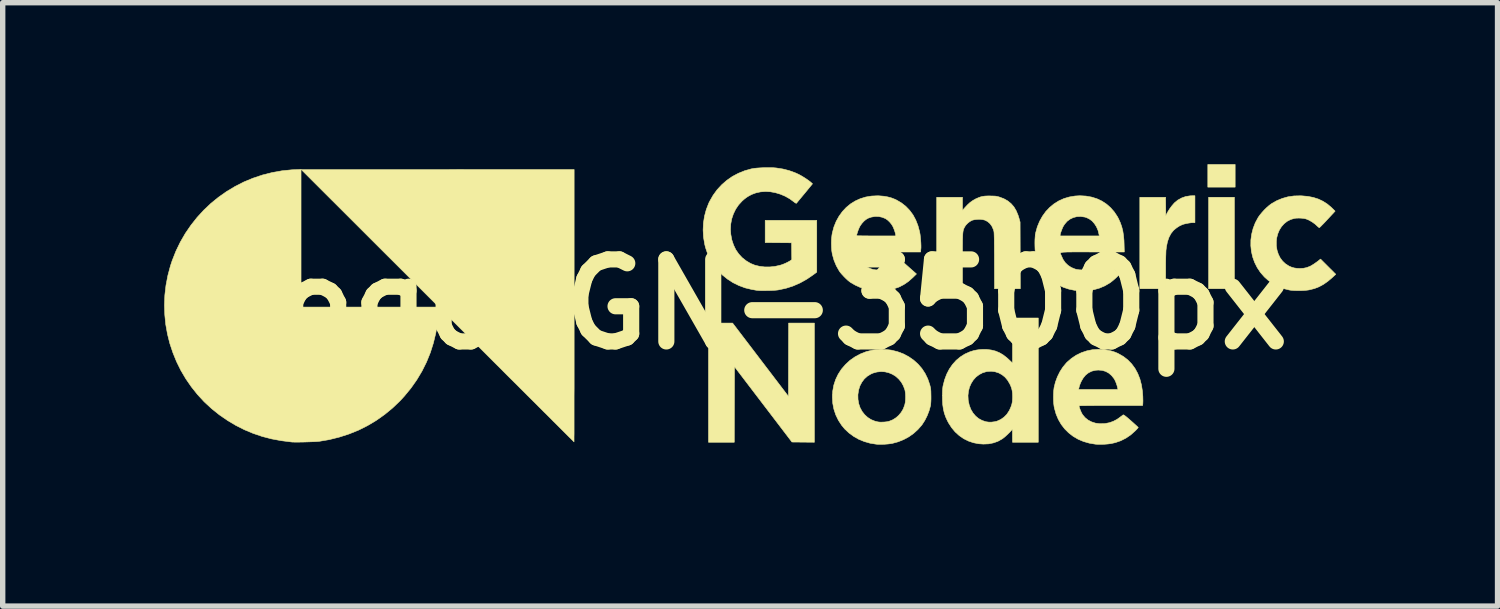
<source format=kicad_pcb>
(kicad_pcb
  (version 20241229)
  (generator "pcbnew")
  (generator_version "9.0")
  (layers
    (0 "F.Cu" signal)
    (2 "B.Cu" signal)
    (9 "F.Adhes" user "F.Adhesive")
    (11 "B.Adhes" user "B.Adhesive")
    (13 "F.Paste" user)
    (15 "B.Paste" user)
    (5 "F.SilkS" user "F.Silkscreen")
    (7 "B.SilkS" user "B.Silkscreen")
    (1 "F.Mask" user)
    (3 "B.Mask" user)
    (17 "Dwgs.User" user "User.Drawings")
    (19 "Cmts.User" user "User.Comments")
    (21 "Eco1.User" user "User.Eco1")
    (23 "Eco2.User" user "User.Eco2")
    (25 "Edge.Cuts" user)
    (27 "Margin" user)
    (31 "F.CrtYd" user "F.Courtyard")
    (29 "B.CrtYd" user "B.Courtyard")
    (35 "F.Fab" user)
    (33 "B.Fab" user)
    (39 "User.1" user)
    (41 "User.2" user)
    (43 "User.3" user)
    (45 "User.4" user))
  (footprint "Logo_GN-3500px"
    (layer "F.Cu")
    (at 10.888 2.603)
    (property "Reference" "Logo_GN-3500px" (at 0 0 0) (layer "F.SilkS") (effects (font (size 1.524 1.524) (thickness 0.3))))
    (attr through_hole)
    (fp_poly (pts (xy 8.992 -0.29) (xy 8.513 -0.29) (xy 8.513 -1.988) (xy 8.992 -1.988) (xy 8.992 -0.29)) (stroke (width 0.01) (type solid)) (fill yes) (layer "F.SilkS"))
    (fp_poly (pts (xy 9.006 -2.177) (xy 8.498 -2.177) (xy 8.498 -2.598) (xy 9.006 -2.598) (xy 9.006 -2.177)) (stroke (width 0.01) (type solid)) (fill yes) (layer "F.SilkS"))
    (fp_poly (pts (xy 0.189 1.029) (xy 0.708 1.71) (xy 0.709 1.029) (xy 0.711 0.348) (xy 1.19 0.348) (xy 1.19 2.562) (xy 0.982 2.56) (xy 0.773 2.558) (xy -0.294 1.159) (xy -0.296 1.86) (xy -0.298 2.562) (xy -0.777 2.562) (xy -0.777 0.348) (xy -0.33 0.348) (xy 0.189 1.029)) (stroke (width 0.01) (type solid)) (fill yes) (layer "F.SilkS"))
    (fp_poly (pts (xy 8.259 -1.517) (xy 8.223 -1.517) (xy 8.187 -1.515) (xy 8.143 -1.509) (xy 8.096 -1.5) (xy 8.053 -1.49) (xy 8.024 -1.48) (xy 7.974 -1.457) (xy 7.922 -1.424) (xy 7.875 -1.386) (xy 7.856 -1.368) (xy 7.812 -1.312) (xy 7.776 -1.243) (xy 7.749 -1.164) (xy 7.73 -1.072) (xy 7.721 -0.998) (xy 7.72 -0.971) (xy 7.719 -0.933) (xy 7.717 -0.883) (xy 7.716 -0.826) (xy 7.715 -0.762) (xy 7.715 -0.695) (xy 7.715 -0.625) (xy 7.715 -0.601) (xy 7.714 -0.29) (xy 7.235 -0.29) (xy 7.235 -1.988) (xy 7.714 -1.988) (xy 7.716 -1.816) (xy 7.718 -1.644) (xy 7.734 -1.679) (xy 7.76 -1.727) (xy 7.793 -1.779) (xy 7.831 -1.83) (xy 7.869 -1.874) (xy 7.881 -1.887) (xy 7.942 -1.937) (xy 8.011 -1.975) (xy 8.086 -2.002) (xy 8.167 -2.015) (xy 8.212 -2.017) (xy 8.259 -2.017) (xy 8.259 -1.517)) (stroke (width 0.01) (type solid)) (fill yes) (layer "F.SilkS"))
    (fp_poly (pts (xy -3.273 0.025) (xy -3.273 0.216) (xy -3.273 0.403) (xy -3.273 0.586) (xy -3.273 0.764) (xy -3.273 0.936) (xy -3.273 1.103) (xy -3.273 1.263) (xy -3.273 1.417) (xy -3.273 1.563) (xy -3.274 1.701) (xy -3.274 1.831) (xy -3.274 1.952) (xy -3.274 2.063) (xy -3.274 2.165) (xy -3.274 2.256) (xy -3.274 2.336) (xy -3.274 2.404) (xy -3.275 2.46) (xy -3.275 2.504) (xy -3.275 2.534) (xy -3.275 2.551) (xy -3.275 2.555) (xy -3.28 2.549) (xy -3.296 2.534) (xy -3.32 2.51) (xy -3.355 2.476) (xy -3.398 2.433) (xy -3.45 2.381) (xy -3.51 2.321) (xy -3.578 2.253) (xy -3.655 2.177) (xy -3.738 2.093) (xy -3.829 2.003) (xy -3.927 1.905) (xy -4.031 1.801) (xy -4.142 1.691) (xy -4.258 1.575) (xy -4.38 1.453) (xy -4.508 1.326) (xy -4.64 1.193) (xy -4.777 1.057) (xy -4.919 0.915) (xy -5.064 0.77) (xy -5.213 0.621) (xy -5.366 0.469) (xy -5.522 0.313) (xy -5.681 0.155) (xy -5.81 0.026) (xy -8.342 -2.503) (xy -5.808 -2.503) (xy -3.273 -2.504) (xy -3.273 0.025)) (stroke (width 0.01) (type solid)) (fill yes) (layer "F.SilkS"))
    (fp_poly (pts (xy -8.346 0.051) (xy -5.789 0.051) (xy -5.794 0.144) (xy -5.811 0.34) (xy -5.842 0.531) (xy -5.887 0.717) (xy -5.944 0.897) (xy -6.015 1.072) (xy -6.099 1.241) (xy -6.196 1.403) (xy -6.306 1.559) (xy -6.428 1.707) (xy -6.506 1.792) (xy -6.645 1.925) (xy -6.792 2.046) (xy -6.946 2.155) (xy -7.108 2.252) (xy -7.277 2.337) (xy -7.453 2.408) (xy -7.636 2.467) (xy -7.825 2.514) (xy -8.001 2.544) (xy -8.028 2.547) (xy -8.067 2.55) (xy -8.115 2.552) (xy -8.169 2.554) (xy -8.228 2.556) (xy -8.287 2.558) (xy -8.346 2.559) (xy -8.401 2.56) (xy -8.45 2.56) (xy -8.49 2.559) (xy -8.519 2.558) (xy -8.524 2.557) (xy -8.714 2.533) (xy -8.896 2.499) (xy -9.069 2.454) (xy -9.237 2.397) (xy -9.399 2.329) (xy -9.558 2.249) (xy -9.706 2.161) (xy -9.862 2.054) (xy -10.008 1.937) (xy -10.144 1.811) (xy -10.269 1.676) (xy -10.383 1.533) (xy -10.486 1.384) (xy -10.578 1.228) (xy -10.658 1.066) (xy -10.726 0.899) (xy -10.783 0.728) (xy -10.827 0.553) (xy -10.859 0.375) (xy -10.877 0.195) (xy -10.883 0.014) (xy -10.876 -0.169) (xy -10.855 -0.351) (xy -10.82 -0.534) (xy -10.772 -0.714) (xy -10.74 -0.811) (xy -10.67 -0.988) (xy -10.588 -1.157) (xy -10.495 -1.318) (xy -10.39 -1.471) (xy -10.276 -1.615) (xy -10.152 -1.75) (xy -10.019 -1.876) (xy -9.877 -1.991) (xy -9.728 -2.096) (xy -9.571 -2.19) (xy -9.408 -2.273) (xy -9.239 -2.343) (xy -9.064 -2.402) (xy -8.885 -2.447) (xy -8.702 -2.48) (xy -8.515 -2.499) (xy -8.46 -2.501) (xy -8.346 -2.506) (xy -8.346 0.051)) (stroke (width 0.01) (type solid)) (fill yes) (layer "F.SilkS"))
    (fp_poly (pts (xy 4.497 -2.012) (xy 4.531 -2.011) (xy 4.559 -2.009) (xy 4.583 -2.004) (xy 4.609 -1.998) (xy 4.626 -1.993) (xy 4.709 -1.962) (xy 4.78 -1.922) (xy 4.842 -1.872) (xy 4.895 -1.812) (xy 4.938 -1.74) (xy 4.973 -1.657) (xy 4.991 -1.6) (xy 5.011 -1.528) (xy 5.013 -0.909) (xy 5.015 -0.29) (xy 4.536 -0.29) (xy 4.534 -0.815) (xy 4.534 -0.914) (xy 4.533 -1.001) (xy 4.533 -1.075) (xy 4.532 -1.138) (xy 4.532 -1.19) (xy 4.531 -1.234) (xy 4.53 -1.269) (xy 4.529 -1.297) (xy 4.528 -1.32) (xy 4.527 -1.337) (xy 4.525 -1.351) (xy 4.523 -1.362) (xy 4.52 -1.372) (xy 4.518 -1.381) (xy 4.516 -1.386) (xy 4.489 -1.448) (xy 4.453 -1.498) (xy 4.409 -1.537) (xy 4.356 -1.564) (xy 4.352 -1.565) (xy 4.314 -1.574) (xy 4.267 -1.579) (xy 4.217 -1.578) (xy 4.169 -1.573) (xy 4.129 -1.564) (xy 4.12 -1.561) (xy 4.079 -1.539) (xy 4.038 -1.507) (xy 4.003 -1.47) (xy 3.982 -1.439) (xy 3.975 -1.424) (xy 3.968 -1.411) (xy 3.962 -1.397) (xy 3.957 -1.381) (xy 3.953 -1.363) (xy 3.95 -1.342) (xy 3.947 -1.315) (xy 3.945 -1.283) (xy 3.944 -1.244) (xy 3.942 -1.197) (xy 3.942 -1.141) (xy 3.941 -1.075) (xy 3.941 -0.997) (xy 3.941 -0.908) (xy 3.941 -0.804) (xy 3.941 -0.8) (xy 3.941 -0.29) (xy 3.462 -0.29) (xy 3.462 -1.988) (xy 3.941 -1.988) (xy 3.941 -1.746) (xy 3.979 -1.789) (xy 4.032 -1.846) (xy 4.082 -1.892) (xy 4.133 -1.928) (xy 4.187 -1.959) (xy 4.197 -1.963) (xy 4.24 -1.982) (xy 4.279 -1.996) (xy 4.318 -2.005) (xy 4.36 -2.011) (xy 4.41 -2.013) (xy 4.452 -2.013) (xy 4.497 -2.012)) (stroke (width 0.01) (type solid)) (fill yes) (layer "F.SilkS"))
    (fp_poly (pts (xy 5.349 2.562) (xy 4.87 2.562) (xy 4.869 2.44) (xy 4.869 2.319) (xy 4.854 2.337) (xy 4.819 2.376) (xy 4.777 2.417) (xy 4.733 2.457) (xy 4.691 2.491) (xy 4.673 2.503) (xy 4.598 2.545) (xy 4.515 2.574) (xy 4.425 2.592) (xy 4.328 2.596) (xy 4.242 2.59) (xy 4.144 2.571) (xy 4.05 2.539) (xy 3.962 2.495) (xy 3.88 2.438) (xy 3.805 2.37) (xy 3.739 2.291) (xy 3.682 2.203) (xy 3.661 2.163) (xy 3.628 2.091) (xy 3.603 2.019) (xy 3.586 1.945) (xy 3.574 1.865) (xy 3.569 1.777) (xy 3.568 1.716) (xy 3.568 1.694) (xy 4.043 1.694) (xy 4.047 1.777) (xy 4.049 1.793) (xy 4.067 1.875) (xy 4.096 1.951) (xy 4.135 2.017) (xy 4.184 2.075) (xy 4.24 2.122) (xy 4.305 2.157) (xy 4.375 2.181) (xy 4.376 2.181) (xy 4.427 2.188) (xy 4.483 2.188) (xy 4.538 2.181) (xy 4.581 2.171) (xy 4.652 2.139) (xy 4.713 2.096) (xy 4.766 2.042) (xy 4.809 1.976) (xy 4.818 1.958) (xy 4.841 1.906) (xy 4.857 1.859) (xy 4.867 1.811) (xy 4.871 1.758) (xy 4.872 1.716) (xy 4.87 1.656) (xy 4.864 1.605) (xy 4.853 1.558) (xy 4.835 1.51) (xy 4.818 1.475) (xy 4.778 1.408) (xy 4.73 1.352) (xy 4.674 1.307) (xy 4.611 1.273) (xy 4.544 1.252) (xy 4.474 1.243) (xy 4.401 1.248) (xy 4.383 1.251) (xy 4.312 1.273) (xy 4.248 1.307) (xy 4.19 1.352) (xy 4.141 1.407) (xy 4.102 1.469) (xy 4.071 1.539) (xy 4.052 1.614) (xy 4.043 1.694) (xy 3.568 1.694) (xy 3.568 1.656) (xy 3.57 1.606) (xy 3.573 1.566) (xy 3.577 1.531) (xy 3.58 1.514) (xy 3.609 1.401) (xy 3.648 1.297) (xy 3.697 1.202) (xy 3.756 1.117) (xy 3.824 1.041) (xy 3.901 0.977) (xy 3.986 0.923) (xy 4.079 0.882) (xy 4.149 0.86) (xy 4.202 0.849) (xy 4.262 0.841) (xy 4.323 0.837) (xy 4.379 0.837) (xy 4.391 0.838) (xy 4.476 0.849) (xy 4.553 0.868) (xy 4.625 0.898) (xy 4.694 0.938) (xy 4.762 0.99) (xy 4.809 1.033) (xy 4.87 1.091) (xy 4.87 0.254) (xy 5.349 0.254) (xy 5.349 2.562)) (stroke (width 0.01) (type solid)) (fill yes) (layer "F.SilkS"))
    (fp_poly (pts (xy 10.244 -2.015) (xy 10.356 -2.005) (xy 10.458 -1.985) (xy 10.552 -1.955) (xy 10.638 -1.914) (xy 10.719 -1.862) (xy 10.795 -1.798) (xy 10.806 -1.787) (xy 10.863 -1.731) (xy 10.72 -1.577) (xy 10.684 -1.538) (xy 10.65 -1.502) (xy 10.62 -1.472) (xy 10.596 -1.447) (xy 10.579 -1.431) (xy 10.57 -1.423) (xy 10.57 -1.423) (xy 10.561 -1.428) (xy 10.546 -1.44) (xy 10.537 -1.448) (xy 10.49 -1.491) (xy 10.436 -1.53) (xy 10.379 -1.563) (xy 10.324 -1.586) (xy 10.32 -1.587) (xy 10.285 -1.595) (xy 10.24 -1.6) (xy 10.192 -1.602) (xy 10.147 -1.601) (xy 10.109 -1.597) (xy 10.109 -1.597) (xy 10.038 -1.576) (xy 9.973 -1.543) (xy 9.916 -1.498) (xy 9.867 -1.443) (xy 9.827 -1.38) (xy 9.797 -1.308) (xy 9.777 -1.23) (xy 9.771 -1.172) (xy 9.771 -1.087) (xy 9.784 -1.006) (xy 9.808 -0.931) (xy 9.842 -0.863) (xy 9.887 -0.803) (xy 9.941 -0.752) (xy 10.004 -0.712) (xy 10.011 -0.708) (xy 10.059 -0.688) (xy 10.106 -0.675) (xy 10.155 -0.668) (xy 10.21 -0.666) (xy 10.276 -0.67) (xy 10.334 -0.682) (xy 10.389 -0.703) (xy 10.405 -0.71) (xy 10.436 -0.728) (xy 10.474 -0.752) (xy 10.514 -0.78) (xy 10.553 -0.809) (xy 10.57 -0.823) (xy 10.592 -0.841) (xy 10.875 -0.558) (xy 10.817 -0.504) (xy 10.733 -0.432) (xy 10.65 -0.373) (xy 10.566 -0.327) (xy 10.479 -0.293) (xy 10.388 -0.27) (xy 10.36 -0.265) (xy 10.317 -0.26) (xy 10.265 -0.256) (xy 10.207 -0.255) (xy 10.148 -0.255) (xy 10.092 -0.257) (xy 10.043 -0.261) (xy 10.012 -0.266) (xy 9.906 -0.292) (xy 9.804 -0.332) (xy 9.707 -0.384) (xy 9.618 -0.447) (xy 9.55 -0.508) (xy 9.477 -0.591) (xy 9.416 -0.682) (xy 9.368 -0.778) (xy 9.332 -0.878) (xy 9.308 -0.982) (xy 9.297 -1.089) (xy 9.298 -1.196) (xy 9.313 -1.304) (xy 9.34 -1.41) (xy 9.38 -1.514) (xy 9.434 -1.614) (xy 9.435 -1.616) (xy 9.465 -1.658) (xy 9.503 -1.704) (xy 9.546 -1.752) (xy 9.592 -1.797) (xy 9.637 -1.836) (xy 9.678 -1.867) (xy 9.681 -1.869) (xy 9.779 -1.925) (xy 9.881 -1.967) (xy 9.987 -1.997) (xy 10.098 -2.013) (xy 10.216 -2.016) (xy 10.244 -2.015)) (stroke (width 0.01) (type solid)) (fill yes) (layer "F.SilkS"))
    (fp_poly (pts (xy 2.501 0.84) (xy 2.56 0.844) (xy 2.611 0.85) (xy 2.623 0.852) (xy 2.738 0.881) (xy 2.846 0.922) (xy 2.945 0.975) (xy 3.035 1.038) (xy 3.116 1.111) (xy 3.187 1.193) (xy 3.247 1.285) (xy 3.296 1.385) (xy 3.333 1.493) (xy 3.347 1.549) (xy 3.351 1.577) (xy 3.354 1.616) (xy 3.355 1.662) (xy 3.356 1.712) (xy 3.356 1.762) (xy 3.354 1.809) (xy 3.351 1.849) (xy 3.348 1.879) (xy 3.347 1.883) (xy 3.321 1.976) (xy 3.285 2.069) (xy 3.241 2.157) (xy 3.19 2.236) (xy 3.185 2.243) (xy 3.114 2.324) (xy 3.034 2.397) (xy 2.944 2.461) (xy 2.847 2.513) (xy 2.745 2.554) (xy 2.639 2.583) (xy 2.617 2.587) (xy 2.561 2.594) (xy 2.499 2.599) (xy 2.435 2.601) (xy 2.375 2.601) (xy 2.338 2.598) (xy 2.225 2.58) (xy 2.117 2.549) (xy 2.014 2.507) (xy 1.919 2.453) (xy 1.832 2.389) (xy 1.754 2.316) (xy 1.698 2.249) (xy 1.636 2.154) (xy 1.587 2.053) (xy 1.552 1.947) (xy 1.531 1.838) (xy 1.524 1.724) (xy 1.524 1.724) (xy 1.526 1.683) (xy 1.998 1.683) (xy 2 1.767) (xy 2.014 1.847) (xy 2.039 1.921) (xy 2.076 1.989) (xy 2.123 2.049) (xy 2.178 2.1) (xy 2.242 2.141) (xy 2.313 2.17) (xy 2.369 2.184) (xy 2.405 2.188) (xy 2.449 2.188) (xy 2.496 2.186) (xy 2.54 2.181) (xy 2.576 2.173) (xy 2.576 2.173) (xy 2.644 2.146) (xy 2.706 2.107) (xy 2.755 2.064) (xy 2.803 2.007) (xy 2.841 1.943) (xy 2.868 1.869) (xy 2.871 1.858) (xy 2.879 1.817) (xy 2.883 1.767) (xy 2.884 1.714) (xy 2.882 1.661) (xy 2.876 1.614) (xy 2.871 1.589) (xy 2.843 1.514) (xy 2.805 1.446) (xy 2.757 1.388) (xy 2.702 1.338) (xy 2.639 1.299) (xy 2.572 1.271) (xy 2.501 1.254) (xy 2.427 1.249) (xy 2.352 1.257) (xy 2.277 1.278) (xy 2.237 1.296) (xy 2.173 1.335) (xy 2.117 1.386) (xy 2.072 1.446) (xy 2.036 1.514) (xy 2.012 1.59) (xy 1.999 1.672) (xy 1.998 1.683) (xy 1.526 1.683) (xy 1.531 1.609) (xy 1.551 1.5) (xy 1.585 1.397) (xy 1.632 1.299) (xy 1.692 1.206) (xy 1.766 1.12) (xy 1.767 1.119) (xy 1.851 1.041) (xy 1.944 0.976) (xy 2.045 0.922) (xy 2.151 0.88) (xy 2.263 0.852) (xy 2.268 0.851) (xy 2.317 0.845) (xy 2.375 0.841) (xy 2.438 0.839) (xy 2.501 0.84)) (stroke (width 0.01) (type solid)) (fill yes) (layer "F.SilkS"))
    (fp_poly (pts (xy 0.376 -2.539) (xy 0.433 -2.537) (xy 0.479 -2.533) (xy 0.48 -2.533) (xy 0.603 -2.514) (xy 0.721 -2.484) (xy 0.832 -2.444) (xy 0.9 -2.413) (xy 0.944 -2.389) (xy 0.991 -2.361) (xy 1.039 -2.33) (xy 1.082 -2.3) (xy 1.117 -2.273) (xy 1.124 -2.267) (xy 1.155 -2.239) (xy 1.009 -2.061) (xy 0.972 -2.017) (xy 0.939 -1.977) (xy 0.91 -1.942) (xy 0.886 -1.913) (xy 0.868 -1.891) (xy 0.858 -1.879) (xy 0.856 -1.877) (xy 0.848 -1.878) (xy 0.832 -1.886) (xy 0.815 -1.899) (xy 0.734 -1.959) (xy 0.648 -2.008) (xy 0.558 -2.046) (xy 0.465 -2.074) (xy 0.372 -2.091) (xy 0.28 -2.096) (xy 0.189 -2.089) (xy 0.103 -2.07) (xy 0.022 -2.04) (xy 0.014 -2.035) (xy -0.033 -2.01) (xy -0.072 -1.985) (xy -0.109 -1.957) (xy -0.15 -1.921) (xy -0.154 -1.917) (xy -0.219 -1.846) (xy -0.273 -1.766) (xy -0.315 -1.679) (xy -0.346 -1.587) (xy -0.364 -1.49) (xy -0.369 -1.389) (xy -0.363 -1.302) (xy -0.344 -1.198) (xy -0.312 -1.102) (xy -0.27 -1.014) (xy -0.216 -0.936) (xy -0.151 -0.866) (xy -0.076 -0.807) (xy 0.005 -0.759) (xy 0.084 -0.727) (xy 0.171 -0.706) (xy 0.263 -0.695) (xy 0.359 -0.694) (xy 0.456 -0.704) (xy 0.551 -0.725) (xy 0.581 -0.734) (xy 0.616 -0.747) (xy 0.656 -0.764) (xy 0.695 -0.783) (xy 0.729 -0.802) (xy 0.749 -0.814) (xy 0.77 -0.829) (xy 0.768 -0.986) (xy 0.766 -1.143) (xy 0.521 -1.145) (xy 0.276 -1.147) (xy 0.276 -1.56) (xy 1.234 -1.56) (xy 1.234 -0.598) (xy 1.17 -0.55) (xy 1.05 -0.468) (xy 0.925 -0.398) (xy 0.795 -0.341) (xy 0.662 -0.298) (xy 0.526 -0.269) (xy 0.5 -0.265) (xy 0.468 -0.262) (xy 0.425 -0.259) (xy 0.374 -0.257) (xy 0.32 -0.256) (xy 0.265 -0.255) (xy 0.214 -0.255) (xy 0.169 -0.256) (xy 0.134 -0.259) (xy 0.131 -0.259) (xy 0.113 -0.261) (xy 0.085 -0.266) (xy 0.052 -0.272) (xy 0.027 -0.276) (xy -0.097 -0.306) (xy -0.213 -0.349) (xy -0.323 -0.403) (xy -0.425 -0.469) (xy -0.519 -0.545) (xy -0.603 -0.63) (xy -0.677 -0.725) (xy -0.741 -0.828) (xy -0.793 -0.938) (xy -0.833 -1.056) (xy -0.848 -1.118) (xy -0.87 -1.25) (xy -0.877 -1.381) (xy -0.871 -1.511) (xy -0.851 -1.638) (xy -0.818 -1.761) (xy -0.772 -1.88) (xy -0.755 -1.914) (xy -0.691 -2.026) (xy -0.617 -2.128) (xy -0.532 -2.22) (xy -0.438 -2.302) (xy -0.335 -2.374) (xy -0.224 -2.433) (xy -0.106 -2.481) (xy 0.018 -2.516) (xy 0.036 -2.519) (xy 0.076 -2.526) (xy 0.127 -2.531) (xy 0.187 -2.535) (xy 0.25 -2.538) (xy 0.315 -2.539) (xy 0.376 -2.539)) (stroke (width 0.01) (type solid)) (fill yes) (layer "F.SilkS"))
    (fp_poly (pts (xy 2.395 -2.015) (xy 2.479 -2.008) (xy 2.553 -1.995) (xy 2.62 -1.977) (xy 2.687 -1.951) (xy 2.718 -1.936) (xy 2.808 -1.883) (xy 2.889 -1.819) (xy 2.96 -1.745) (xy 3.022 -1.661) (xy 3.073 -1.566) (xy 3.114 -1.461) (xy 3.145 -1.346) (xy 3.145 -1.343) (xy 3.153 -1.301) (xy 3.159 -1.25) (xy 3.164 -1.196) (xy 3.168 -1.141) (xy 3.17 -1.091) (xy 3.17 -1.048) (xy 3.168 -1.029) (xy 3.163 -0.972) (xy 1.98 -0.972) (xy 1.985 -0.949) (xy 2.004 -0.889) (xy 2.033 -0.83) (xy 2.069 -0.776) (xy 2.108 -0.734) (xy 2.148 -0.705) (xy 2.196 -0.679) (xy 2.246 -0.658) (xy 2.288 -0.646) (xy 2.33 -0.64) (xy 2.379 -0.638) (xy 2.433 -0.639) (xy 2.484 -0.643) (xy 2.525 -0.649) (xy 2.592 -0.669) (xy 2.662 -0.702) (xy 2.732 -0.748) (xy 2.748 -0.759) (xy 2.776 -0.78) (xy 2.795 -0.793) (xy 2.808 -0.799) (xy 2.816 -0.8) (xy 2.822 -0.797) (xy 2.831 -0.79) (xy 2.848 -0.774) (xy 2.874 -0.752) (xy 2.905 -0.724) (xy 2.94 -0.693) (xy 2.96 -0.675) (xy 3.086 -0.564) (xy 3.017 -0.496) (xy 2.935 -0.424) (xy 2.85 -0.366) (xy 2.76 -0.32) (xy 2.663 -0.287) (xy 2.569 -0.266) (xy 2.524 -0.26) (xy 2.469 -0.256) (xy 2.409 -0.255) (xy 2.347 -0.255) (xy 2.288 -0.258) (xy 2.237 -0.262) (xy 2.216 -0.265) (xy 2.126 -0.286) (xy 2.035 -0.317) (xy 1.948 -0.357) (xy 1.868 -0.403) (xy 1.849 -0.416) (xy 1.816 -0.442) (xy 1.778 -0.477) (xy 1.74 -0.515) (xy 1.703 -0.555) (xy 1.671 -0.592) (xy 1.652 -0.619) (xy 1.597 -0.716) (xy 1.554 -0.82) (xy 1.523 -0.93) (xy 1.513 -0.992) (xy 1.508 -1.062) (xy 1.506 -1.137) (xy 1.508 -1.211) (xy 1.515 -1.276) (xy 1.974 -1.276) (xy 1.981 -1.274) (xy 2.001 -1.273) (xy 2.033 -1.273) (xy 2.075 -1.272) (xy 2.127 -1.271) (xy 2.186 -1.271) (xy 2.251 -1.27) (xy 2.321 -1.27) (xy 2.337 -1.27) (xy 2.7 -1.27) (xy 2.7 -1.287) (xy 2.697 -1.308) (xy 2.689 -1.338) (xy 2.678 -1.373) (xy 2.664 -1.409) (xy 2.65 -1.442) (xy 2.647 -1.447) (xy 2.623 -1.487) (xy 2.591 -1.526) (xy 2.555 -1.561) (xy 2.519 -1.587) (xy 2.512 -1.592) (xy 2.45 -1.617) (xy 2.384 -1.631) (xy 2.314 -1.632) (xy 2.246 -1.62) (xy 2.184 -1.598) (xy 2.147 -1.575) (xy 2.108 -1.542) (xy 2.071 -1.501) (xy 2.04 -1.457) (xy 2.031 -1.44) (xy 2.019 -1.415) (xy 2.006 -1.384) (xy 1.994 -1.35) (xy 1.984 -1.318) (xy 1.976 -1.292) (xy 1.974 -1.276) (xy 1.515 -1.276) (xy 1.515 -1.28) (xy 1.523 -1.326) (xy 1.553 -1.438) (xy 1.595 -1.542) (xy 1.648 -1.637) (xy 1.71 -1.723) (xy 1.781 -1.799) (xy 1.861 -1.865) (xy 1.948 -1.919) (xy 2.042 -1.962) (xy 2.143 -1.993) (xy 2.249 -2.011) (xy 2.36 -2.016) (xy 2.395 -2.015)) (stroke (width 0.01) (type solid)) (fill yes) (layer "F.SilkS"))
    (fp_poly (pts (xy 6.554 0.841) (xy 6.63 0.851) (xy 6.696 0.864) (xy 6.756 0.882) (xy 6.816 0.906) (xy 6.84 0.918) (xy 6.931 0.97) (xy 7.012 1.033) (xy 7.083 1.106) (xy 7.145 1.19) (xy 7.195 1.282) (xy 7.236 1.385) (xy 7.265 1.496) (xy 7.284 1.616) (xy 7.291 1.713) (xy 7.292 1.755) (xy 7.293 1.793) (xy 7.292 1.825) (xy 7.291 1.847) (xy 7.291 1.853) (xy 7.286 1.88) (xy 6.698 1.88) (xy 6.607 1.88) (xy 6.521 1.88) (xy 6.439 1.88) (xy 6.364 1.881) (xy 6.297 1.881) (xy 6.238 1.882) (xy 6.188 1.883) (xy 6.15 1.883) (xy 6.123 1.884) (xy 6.109 1.885) (xy 6.108 1.885) (xy 6.108 1.897) (xy 6.113 1.917) (xy 6.122 1.944) (xy 6.134 1.975) (xy 6.147 2.005) (xy 6.161 2.032) (xy 6.172 2.05) (xy 6.218 2.105) (xy 6.274 2.15) (xy 6.339 2.184) (xy 6.41 2.207) (xy 6.488 2.217) (xy 6.57 2.216) (xy 6.592 2.214) (xy 6.671 2.199) (xy 6.743 2.173) (xy 6.812 2.137) (xy 6.861 2.102) (xy 6.885 2.084) (xy 6.907 2.068) (xy 6.921 2.057) (xy 6.923 2.055) (xy 6.928 2.053) (xy 6.935 2.055) (xy 6.946 2.061) (xy 6.961 2.072) (xy 6.983 2.089) (xy 7.012 2.113) (xy 7.05 2.146) (xy 7.071 2.164) (xy 7.108 2.197) (xy 7.141 2.227) (xy 7.169 2.252) (xy 7.19 2.272) (xy 7.203 2.284) (xy 7.206 2.288) (xy 7.201 2.295) (xy 7.188 2.31) (xy 7.169 2.331) (xy 7.15 2.35) (xy 7.067 2.424) (xy 6.978 2.485) (xy 6.881 2.534) (xy 6.78 2.569) (xy 6.7 2.587) (xy 6.645 2.594) (xy 6.583 2.599) (xy 6.519 2.601) (xy 6.46 2.601) (xy 6.411 2.598) (xy 6.297 2.579) (xy 6.189 2.548) (xy 6.089 2.506) (xy 5.997 2.452) (xy 5.913 2.387) (xy 5.839 2.313) (xy 5.775 2.23) (xy 5.721 2.137) (xy 5.679 2.037) (xy 5.649 1.93) (xy 5.642 1.895) (xy 5.636 1.848) (xy 5.632 1.792) (xy 5.631 1.73) (xy 5.632 1.668) (xy 5.635 1.609) (xy 5.638 1.582) (xy 6.097 1.582) (xy 6.829 1.582) (xy 6.824 1.558) (xy 6.813 1.513) (xy 6.797 1.465) (xy 6.779 1.421) (xy 6.759 1.384) (xy 6.758 1.382) (xy 6.712 1.324) (xy 6.66 1.279) (xy 6.6 1.246) (xy 6.536 1.227) (xy 6.466 1.221) (xy 6.41 1.225) (xy 6.342 1.242) (xy 6.282 1.272) (xy 6.229 1.313) (xy 6.184 1.368) (xy 6.15 1.426) (xy 6.134 1.46) (xy 6.12 1.496) (xy 6.11 1.527) (xy 6.108 1.537) (xy 6.097 1.582) (xy 5.638 1.582) (xy 5.641 1.559) (xy 5.642 1.549) (xy 5.667 1.447) (xy 5.704 1.347) (xy 5.751 1.252) (xy 5.807 1.165) (xy 5.872 1.087) (xy 5.885 1.074) (xy 5.967 1.003) (xy 6.056 0.944) (xy 6.151 0.898) (xy 6.252 0.864) (xy 6.357 0.843) (xy 6.466 0.836) (xy 6.554 0.841)) (stroke (width 0.01) (type solid)) (fill yes) (layer "F.SilkS"))
    (fp_poly (pts (xy 6.234 -2.011) (xy 6.34 -1.992) (xy 6.439 -1.961) (xy 6.532 -1.917) (xy 6.617 -1.861) (xy 6.693 -1.794) (xy 6.761 -1.716) (xy 6.82 -1.627) (xy 6.84 -1.589) (xy 6.873 -1.516) (xy 6.899 -1.442) (xy 6.919 -1.364) (xy 6.932 -1.279) (xy 6.941 -1.185) (xy 6.943 -1.119) (xy 6.947 -0.972) (xy 6.355 -0.972) (xy 6.246 -0.973) (xy 6.152 -0.973) (xy 6.07 -0.973) (xy 6 -0.973) (xy 5.941 -0.972) (xy 5.892 -0.972) (xy 5.853 -0.97) (xy 5.822 -0.969) (xy 5.798 -0.966) (xy 5.781 -0.963) (xy 5.77 -0.959) (xy 5.763 -0.954) (xy 5.761 -0.948) (xy 5.762 -0.941) (xy 5.765 -0.932) (xy 5.769 -0.922) (xy 5.774 -0.911) (xy 5.777 -0.904) (xy 5.808 -0.835) (xy 5.85 -0.774) (xy 5.902 -0.724) (xy 5.963 -0.684) (xy 6.031 -0.656) (xy 6.058 -0.649) (xy 6.109 -0.641) (xy 6.168 -0.638) (xy 6.228 -0.64) (xy 6.285 -0.646) (xy 6.316 -0.653) (xy 6.381 -0.675) (xy 6.449 -0.708) (xy 6.513 -0.749) (xy 6.535 -0.766) (xy 6.558 -0.783) (xy 6.577 -0.797) (xy 6.588 -0.803) (xy 6.59 -0.804) (xy 6.598 -0.798) (xy 6.615 -0.784) (xy 6.638 -0.764) (xy 6.667 -0.74) (xy 6.699 -0.712) (xy 6.732 -0.682) (xy 6.764 -0.653) (xy 6.795 -0.625) (xy 6.821 -0.601) (xy 6.841 -0.581) (xy 6.854 -0.568) (xy 6.858 -0.564) (xy 6.853 -0.554) (xy 6.838 -0.538) (xy 6.817 -0.516) (xy 6.791 -0.491) (xy 6.762 -0.465) (xy 6.733 -0.44) (xy 6.705 -0.418) (xy 6.682 -0.4) (xy 6.681 -0.4) (xy 6.588 -0.345) (xy 6.488 -0.302) (xy 6.386 -0.273) (xy 6.325 -0.262) (xy 6.292 -0.259) (xy 6.249 -0.256) (xy 6.199 -0.255) (xy 6.148 -0.255) (xy 6.098 -0.256) (xy 6.054 -0.258) (xy 6.02 -0.261) (xy 6.015 -0.262) (xy 5.918 -0.282) (xy 5.821 -0.314) (xy 5.728 -0.355) (xy 5.704 -0.368) (xy 5.616 -0.425) (xy 5.536 -0.494) (xy 5.466 -0.573) (xy 5.406 -0.66) (xy 5.356 -0.756) (xy 5.318 -0.86) (xy 5.3 -0.929) (xy 5.294 -0.97) (xy 5.289 -1.021) (xy 5.287 -1.079) (xy 5.286 -1.14) (xy 5.287 -1.201) (xy 5.291 -1.256) (xy 5.292 -1.27) (xy 5.755 -1.27) (xy 6.482 -1.27) (xy 6.477 -1.3) (xy 6.459 -1.373) (xy 6.43 -1.44) (xy 6.393 -1.498) (xy 6.349 -1.548) (xy 6.297 -1.586) (xy 6.241 -1.613) (xy 6.212 -1.621) (xy 6.137 -1.632) (xy 6.066 -1.629) (xy 6 -1.612) (xy 5.939 -1.583) (xy 5.884 -1.542) (xy 5.838 -1.488) (xy 5.817 -1.456) (xy 5.804 -1.432) (xy 5.791 -1.401) (xy 5.778 -1.367) (xy 5.766 -1.334) (xy 5.758 -1.306) (xy 5.755 -1.287) (xy 5.755 -1.286) (xy 5.755 -1.27) (xy 5.292 -1.27) (xy 5.296 -1.304) (xy 5.3 -1.327) (xy 5.331 -1.439) (xy 5.374 -1.543) (xy 5.427 -1.638) (xy 5.489 -1.724) (xy 5.561 -1.8) (xy 5.641 -1.866) (xy 5.729 -1.921) (xy 5.824 -1.964) (xy 5.925 -1.994) (xy 6.032 -2.012) (xy 6.122 -2.017) (xy 6.234 -2.011)) (stroke (width 0.01) (type solid)) (fill yes) (layer "F.SilkS")))
  (gr_rect
    (start -3 -3)
    (end 24.768 8.209)
    (stroke (width 0.1) (type default))
    (fill no)
    (layer "Edge.Cuts")))
</source>
